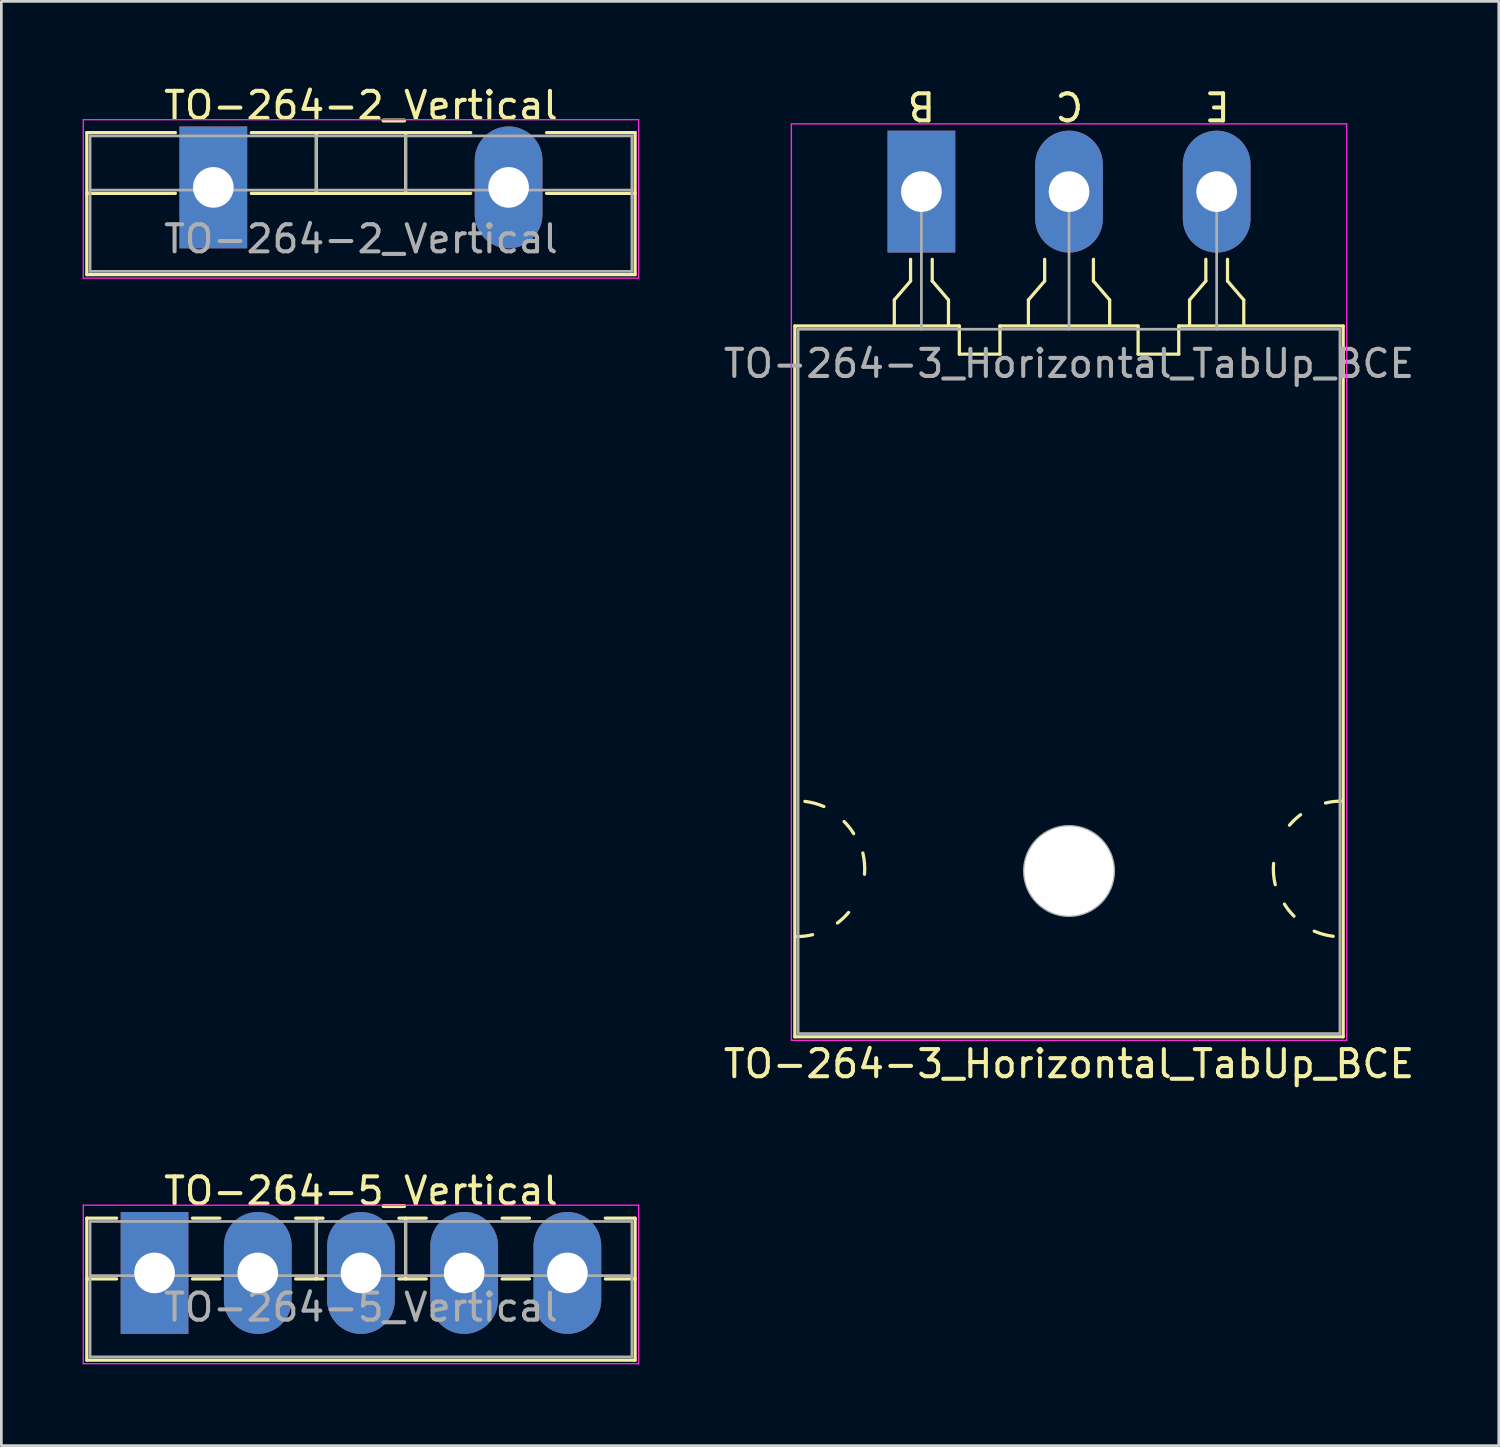
<source format=kicad_pcb>
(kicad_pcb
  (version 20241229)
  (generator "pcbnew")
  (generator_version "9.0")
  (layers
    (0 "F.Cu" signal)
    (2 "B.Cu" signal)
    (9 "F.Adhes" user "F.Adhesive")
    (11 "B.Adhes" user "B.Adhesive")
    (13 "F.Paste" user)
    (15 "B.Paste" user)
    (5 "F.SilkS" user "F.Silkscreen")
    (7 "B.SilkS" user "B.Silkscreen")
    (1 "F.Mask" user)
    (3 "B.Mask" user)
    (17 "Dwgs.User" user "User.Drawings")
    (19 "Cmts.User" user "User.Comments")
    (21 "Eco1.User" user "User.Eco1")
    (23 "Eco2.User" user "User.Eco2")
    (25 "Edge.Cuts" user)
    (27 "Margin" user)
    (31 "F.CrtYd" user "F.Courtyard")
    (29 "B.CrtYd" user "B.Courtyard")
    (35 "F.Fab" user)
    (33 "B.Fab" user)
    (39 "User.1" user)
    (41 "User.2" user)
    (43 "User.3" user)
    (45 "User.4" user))
  (footprint "TO-264-5_Vertical"
    (layer "F.Cu")
    (at 2.655 43.94)
    (property "Reference" "TO-264-5_Vertical" (at 7.62 -3.02 0) (layer "F.SilkS") (effects (font (size 1 1) (thickness 0.15))))
    (attr through_hole)
    (fp_line (start -2.5 -2.021) (end -2.5 3.22) (stroke (width 0.12) (type solid)) (layer "F.SilkS"))
    (fp_line (start -2.5 -2.021) (end -1.4 -2.021) (stroke (width 0.12) (type solid)) (layer "F.SilkS"))
    (fp_line (start -2.5 0.22) (end -1.4 0.22) (stroke (width 0.12) (type solid)) (layer "F.SilkS"))
    (fp_line (start -2.5 3.22) (end 17.74 3.22) (stroke (width 0.12) (type solid)) (layer "F.SilkS"))
    (fp_line (start 1.4 -2.021) (end 2.41 -2.021) (stroke (width 0.12) (type solid)) (layer "F.SilkS"))
    (fp_line (start 1.4 0.22) (end 2.41 0.22) (stroke (width 0.12) (type solid)) (layer "F.SilkS"))
    (fp_line (start 5.21 -2.021) (end 6.221 -2.021) (stroke (width 0.12) (type solid)) (layer "F.SilkS"))
    (fp_line (start 5.21 0.22) (end 6.221 0.22) (stroke (width 0.12) (type solid)) (layer "F.SilkS"))
    (fp_line (start 5.971 -2.021) (end 5.971 0.22) (stroke (width 0.12) (type solid)) (layer "F.SilkS"))
    (fp_line (start 9.02 -2.021) (end 10.03 -2.021) (stroke (width 0.12) (type solid)) (layer "F.SilkS"))
    (fp_line (start 9.02 0.22) (end 10.03 0.22) (stroke (width 0.12) (type solid)) (layer "F.SilkS"))
    (fp_line (start 9.27 -2.021) (end 9.27 0.22) (stroke (width 0.12) (type solid)) (layer "F.SilkS"))
    (fp_line (start 12.83 -2.021) (end 13.84 -2.021) (stroke (width 0.12) (type solid)) (layer "F.SilkS"))
    (fp_line (start 12.83 0.22) (end 13.84 0.22) (stroke (width 0.12) (type solid)) (layer "F.SilkS"))
    (fp_line (start 16.64 -2.021) (end 17.74 -2.021) (stroke (width 0.12) (type solid)) (layer "F.SilkS"))
    (fp_line (start 16.64 0.22) (end 17.74 0.22) (stroke (width 0.12) (type solid)) (layer "F.SilkS"))
    (fp_line (start 17.74 -2.021) (end 17.74 3.22) (stroke (width 0.12) (type solid)) (layer "F.SilkS"))
    (fp_line (start -2.63 -2.5) (end -2.63 3.35) (stroke (width 0.05) (type solid)) (layer "F.CrtYd"))
    (fp_line (start -2.63 3.35) (end 17.87 3.35) (stroke (width 0.05) (type solid)) (layer "F.CrtYd"))
    (fp_line (start 17.87 -2.5) (end -2.63 -2.5) (stroke (width 0.05) (type solid)) (layer "F.CrtYd"))
    (fp_line (start 17.87 3.35) (end 17.87 -2.5) (stroke (width 0.05) (type solid)) (layer "F.CrtYd"))
    (fp_line (start -2.38 -1.9) (end -2.38 3.1) (stroke (width 0.1) (type solid)) (layer "F.Fab"))
    (fp_line (start -2.38 0.1) (end 17.62 0.1) (stroke (width 0.1) (type solid)) (layer "F.Fab"))
    (fp_line (start -2.38 3.1) (end 17.62 3.1) (stroke (width 0.1) (type solid)) (layer "F.Fab"))
    (fp_line (start 5.97 -1.9) (end 5.97 0.1) (stroke (width 0.1) (type solid)) (layer "F.Fab"))
    (fp_line (start 9.27 -1.9) (end 9.27 0.1) (stroke (width 0.1) (type solid)) (layer "F.Fab"))
    (fp_line (start 17.62 -1.9) (end -2.38 -1.9) (stroke (width 0.1) (type solid)) (layer "F.Fab"))
    (fp_line (start 17.62 3.1) (end 17.62 -1.9) (stroke (width 0.1) (type solid)) (layer "F.Fab"))
    (fp_text user "${REFERENCE}" (at 7.62 1.27 0) (layer "F.Fab") (effects (font (size 1 1) (thickness 0.15))))
    (pad "1" thru_hole rect (at 0 0) (size 2.5 4.5) (drill 1.5) (layers "*.Cu" "*.Mask"))
    (pad "2" thru_hole oval (at 3.81 0) (size 2.5 4.5) (drill 1.5) (layers "*.Cu" "*.Mask"))
    (pad "3" thru_hole oval (at 7.62 0) (size 2.5 4.5) (drill 1.5) (layers "*.Cu" "*.Mask"))
    (pad "4" thru_hole oval (at 11.43 0) (size 2.5 4.5) (drill 1.5) (layers "*.Cu" "*.Mask"))
    (pad "5" thru_hole oval (at 15.24 0) (size 2.5 4.5) (drill 1.5) (layers "*.Cu" "*.Mask")))
  (footprint "TO-264-3_Horizontal_TabUp_BCE"
    (layer "F.Cu")
    (at 30.963 4.023)
    (property "Reference" "TO-264-3_Horizontal_TabUp_BCE" (at 5.45 32.2 0) (layer "F.SilkS") (effects (font (size 1 1) (thickness 0.15))))
    (fp_line (start -4.67 31.2) (end -4.67 4.96) (stroke (width 0.12) (type solid)) (layer "F.SilkS"))
    (fp_line (start -1 4) (end -1 4.9) (stroke (width 0.12) (type solid)) (layer "F.SilkS"))
    (fp_line (start -0.4 2.5) (end -0.4 3.3) (stroke (width 0.12) (type solid)) (layer "F.SilkS"))
    (fp_line (start -0.4 3.3) (end -1 4) (stroke (width 0.12) (type solid)) (layer "F.SilkS"))
    (fp_line (start 0.4 3.3) (end 0.4 2.5) (stroke (width 0.12) (type solid)) (layer "F.SilkS"))
    (fp_line (start 1 4) (end 0.4 3.3) (stroke (width 0.12) (type solid)) (layer "F.SilkS"))
    (fp_line (start 1 4.9) (end 1 4) (stroke (width 0.12) (type solid)) (layer "F.SilkS"))
    (fp_line (start 1.4 4.96) (end -4.67 4.96) (stroke (width 0.12) (type solid)) (layer "F.SilkS"))
    (fp_line (start 1.4 4.96) (end 1.4 6) (stroke (width 0.12) (type solid)) (layer "F.SilkS"))
    (fp_line (start 1.4 6) (end 2.9 6) (stroke (width 0.12) (type solid)) (layer "F.SilkS"))
    (fp_line (start 2.9 6) (end 2.9 4.96) (stroke (width 0.12) (type solid)) (layer "F.SilkS"))
    (fp_line (start 3.95 4) (end 3.95 4.9) (stroke (width 0.12) (type solid)) (layer "F.SilkS"))
    (fp_line (start 4.55 2.5) (end 4.55 3.3) (stroke (width 0.12) (type solid)) (layer "F.SilkS"))
    (fp_line (start 4.55 3.3) (end 3.95 4) (stroke (width 0.12) (type solid)) (layer "F.SilkS"))
    (fp_line (start 6.35 3.3) (end 6.35 2.5) (stroke (width 0.12) (type solid)) (layer "F.SilkS"))
    (fp_line (start 6.95 4) (end 6.35 3.3) (stroke (width 0.12) (type solid)) (layer "F.SilkS"))
    (fp_line (start 6.95 4.9) (end 6.95 4) (stroke (width 0.12) (type solid)) (layer "F.SilkS"))
    (fp_line (start 8 4.96) (end 2.9 4.96) (stroke (width 0.12) (type solid)) (layer "F.SilkS"))
    (fp_line (start 8 6) (end 8 4.96) (stroke (width 0.12) (type solid)) (layer "F.SilkS"))
    (fp_line (start 9.5 4.96) (end 9.5 6) (stroke (width 0.12) (type solid)) (layer "F.SilkS"))
    (fp_line (start 9.5 6) (end 8 6) (stroke (width 0.12) (type solid)) (layer "F.SilkS"))
    (fp_line (start 9.9 4) (end 9.9 4.9) (stroke (width 0.12) (type solid)) (layer "F.SilkS"))
    (fp_line (start 10.5 2.5) (end 10.5 3.3) (stroke (width 0.12) (type solid)) (layer "F.SilkS"))
    (fp_line (start 10.5 3.3) (end 9.9 4) (stroke (width 0.12) (type solid)) (layer "F.SilkS"))
    (fp_line (start 11.3 3.3) (end 11.3 2.5) (stroke (width 0.12) (type solid)) (layer "F.SilkS"))
    (fp_line (start 11.9 4) (end 11.3 3.3) (stroke (width 0.12) (type solid)) (layer "F.SilkS"))
    (fp_line (start 11.9 4.9) (end 11.9 4) (stroke (width 0.12) (type solid)) (layer "F.SilkS"))
    (fp_line (start 15.57 4.96) (end 9.5 4.96) (stroke (width 0.12) (type solid)) (layer "F.SilkS"))
    (fp_line (start 15.57 31.2) (end -4.67 31.2) (stroke (width 0.12) (type solid)) (layer "F.SilkS"))
    (fp_line (start 15.57 31.2) (end 15.57 4.96) (stroke (width 0.12) (type solid)) (layer "F.SilkS"))
    (fp_arc (start -4.301186 22.509879) (mid -3.943673 22.579416) (end -3.600001 22.700001) (stroke (width 0.12) (type solid)) (layer "F.SilkS"))
    (fp_arc (start -4.016568 27.430968) (mid -4.306249 27.482682) (end -4.6 27.5) (stroke (width 0.12) (type solid)) (layer "F.SilkS"))
    (fp_arc (start -2.853576 23.253576) (mid -2.663879 23.466564) (end -2.500001 23.700001) (stroke (width 0.12) (type solid)) (layer "F.SilkS"))
    (fp_arc (start -2.687722 26.610338) (mid -2.882773 26.8169) (end -3.1 26.999999) (stroke (width 0.12) (type solid)) (layer "F.SilkS"))
    (fp_arc (start -2.161266 24.414703) (mid -2.099611 24.804931) (end -2.100001 25.199999) (stroke (width 0.12) (type solid)) (layer "F.SilkS"))
    (fp_arc (start 13.061266 25.585297) (mid 12.999611 25.195069) (end 13.000001 24.800001) (stroke (width 0.12) (type solid)) (layer "F.SilkS"))
    (fp_arc (start 13.587722 23.389662) (mid 13.782773 23.1831) (end 14 23.000001) (stroke (width 0.12) (type solid)) (layer "F.SilkS"))
    (fp_arc (start 13.753576 26.746424) (mid 13.563879 26.533436) (end 13.400001 26.299999) (stroke (width 0.12) (type solid)) (layer "F.SilkS"))
    (fp_arc (start 14.916568 22.569032) (mid 15.206249 22.517318) (end 15.5 22.5) (stroke (width 0.12) (type solid)) (layer "F.SilkS"))
    (fp_arc (start 15.201186 27.490121) (mid 14.843673 27.420584) (end 14.500001 27.299999) (stroke (width 0.12) (type solid)) (layer "F.SilkS"))
    (fp_line (start -4.8 -2.5) (end -4.8 31.33) (stroke (width 0.05) (type solid)) (layer "F.CrtYd"))
    (fp_line (start -4.8 31.33) (end 15.7 31.33) (stroke (width 0.05) (type solid)) (layer "F.CrtYd"))
    (fp_line (start 15.7 -2.5) (end -4.8 -2.5) (stroke (width 0.05) (type solid)) (layer "F.CrtYd"))
    (fp_line (start 15.7 31.33) (end 15.7 -2.5) (stroke (width 0.05) (type solid)) (layer "F.CrtYd"))
    (fp_line (start -4.55 5.08) (end -4.55 31.08) (stroke (width 0.1) (type solid)) (layer "F.Fab"))
    (fp_line (start -4.55 31.08) (end 15.45 31.08) (stroke (width 0.1) (type solid)) (layer "F.Fab"))
    (fp_line (start 0 5.08) (end 0 0) (stroke (width 0.1) (type solid)) (layer "F.Fab"))
    (fp_line (start 5.45 5.08) (end 5.45 0) (stroke (width 0.1) (type solid)) (layer "F.Fab"))
    (fp_line (start 10.9 5.08) (end 10.9 0) (stroke (width 0.1) (type solid)) (layer "F.Fab"))
    (fp_line (start 15.45 5.08) (end -4.55 5.08) (stroke (width 0.1) (type solid)) (layer "F.Fab"))
    (fp_line (start 15.45 31.08) (end 15.45 5.08) (stroke (width 0.1) (type solid)) (layer "F.Fab"))
    (fp_circle (center 5.45 25.08) (end 7.1 25.08) (stroke (width 0.1) (type solid)) (fill no) (layer "F.Fab"))
    (fp_text user "E" (at 10.922 -3.175 180) (unlocked yes) (layer "F.SilkS") (effects (font (size 1 1) (thickness 0.15))))
    (fp_text user "C" (at 5.461 -3.175 180) (unlocked yes) (layer "F.SilkS") (effects (font (size 1 1) (thickness 0.15))))
    (fp_text user "B" (at 0 -3.175 180) (unlocked yes) (layer "F.SilkS") (effects (font (size 1 1) (thickness 0.15))))
    (fp_text user "${REFERENCE}" (at 5.45 6.35 0) (layer "F.Fab") (effects (font (size 1 1) (thickness 0.15))))
    (pad "" np_thru_hole oval (at 5.45 25.08) (size 3.3 3.3) (drill 3.3) (layers "*.Cu" "*.Mask"))
    (pad "1" thru_hole rect (at 0 0) (size 2.5 4.5) (drill 1.5) (layers "*.Cu" "*.Mask"))
    (pad "2" thru_hole oval (at 5.45 0) (size 2.5 4.5) (drill 1.5) (layers "*.Cu" "*.Mask"))
    (pad "3" thru_hole oval (at 10.9 0) (size 2.5 4.5) (drill 1.5) (layers "*.Cu" "*.Mask")))
  (footprint "TO-264-2_Vertical"
    (layer "F.Cu")
    (at 4.825 3.868)
    (property "Reference" "TO-264-2_Vertical" (at 5.45 -3.02 0) (layer "F.SilkS") (effects (font (size 1 1) (thickness 0.15))))
    (attr through_hole)
    (fp_line (start -4.67 -2.021) (end -4.67 3.22) (stroke (width 0.12) (type solid)) (layer "F.SilkS"))
    (fp_line (start -4.67 -2.021) (end -1.4 -2.021) (stroke (width 0.12) (type solid)) (layer "F.SilkS"))
    (fp_line (start -4.67 0.22) (end -1.4 0.22) (stroke (width 0.12) (type solid)) (layer "F.SilkS"))
    (fp_line (start -4.67 3.22) (end 15.57 3.22) (stroke (width 0.12) (type solid)) (layer "F.SilkS"))
    (fp_line (start 1.4 -2.021) (end 9.5 -2.021) (stroke (width 0.12) (type solid)) (layer "F.SilkS"))
    (fp_line (start 1.4 0.22) (end 9.5 0.22) (stroke (width 0.12) (type solid)) (layer "F.SilkS"))
    (fp_line (start 3.8 -2.021) (end 3.8 0.22) (stroke (width 0.12) (type solid)) (layer "F.SilkS"))
    (fp_line (start 7.1 -2.021) (end 7.1 0.22) (stroke (width 0.12) (type solid)) (layer "F.SilkS"))
    (fp_line (start 12.3 -2.021) (end 15.57 -2.021) (stroke (width 0.12) (type solid)) (layer "F.SilkS"))
    (fp_line (start 12.3 0.22) (end 15.57 0.22) (stroke (width 0.12) (type solid)) (layer "F.SilkS"))
    (fp_line (start 15.57 -2.021) (end 15.57 3.22) (stroke (width 0.12) (type solid)) (layer "F.SilkS"))
    (fp_line (start -4.8 -2.5) (end -4.8 3.35) (stroke (width 0.05) (type solid)) (layer "F.CrtYd"))
    (fp_line (start -4.8 3.35) (end 15.7 3.35) (stroke (width 0.05) (type solid)) (layer "F.CrtYd"))
    (fp_line (start 15.7 -2.5) (end -4.8 -2.5) (stroke (width 0.05) (type solid)) (layer "F.CrtYd"))
    (fp_line (start 15.7 3.35) (end 15.7 -2.5) (stroke (width 0.05) (type solid)) (layer "F.CrtYd"))
    (fp_line (start -4.55 -1.9) (end -4.55 3.1) (stroke (width 0.1) (type solid)) (layer "F.Fab"))
    (fp_line (start -4.55 0.1) (end 15.45 0.1) (stroke (width 0.1) (type solid)) (layer "F.Fab"))
    (fp_line (start -4.55 3.1) (end 15.45 3.1) (stroke (width 0.1) (type solid)) (layer "F.Fab"))
    (fp_line (start 3.8 -1.9) (end 3.8 0.1) (stroke (width 0.1) (type solid)) (layer "F.Fab"))
    (fp_line (start 7.1 -1.9) (end 7.1 0.1) (stroke (width 0.1) (type solid)) (layer "F.Fab"))
    (fp_line (start 15.45 -1.9) (end -4.55 -1.9) (stroke (width 0.1) (type solid)) (layer "F.Fab"))
    (fp_line (start 15.45 3.1) (end 15.45 -1.9) (stroke (width 0.1) (type solid)) (layer "F.Fab"))
    (fp_text user "${REFERENCE}" (at 5.45 1.905 0) (layer "F.Fab") (effects (font (size 1 1) (thickness 0.15))))
    (pad "1" thru_hole rect (at 0 0) (size 2.5 4.5) (drill 1.5) (layers "*.Cu" "*.Mask"))
    (pad "2" thru_hole oval (at 10.9 0) (size 2.5 4.5) (drill 1.5) (layers "*.Cu" "*.Mask")))
  (gr_rect
    (start -3 -3)
    (end 52.276 50.315)
    (stroke (width 0.1) (type default))
    (fill no)
    (layer "Edge.Cuts")))
</source>
